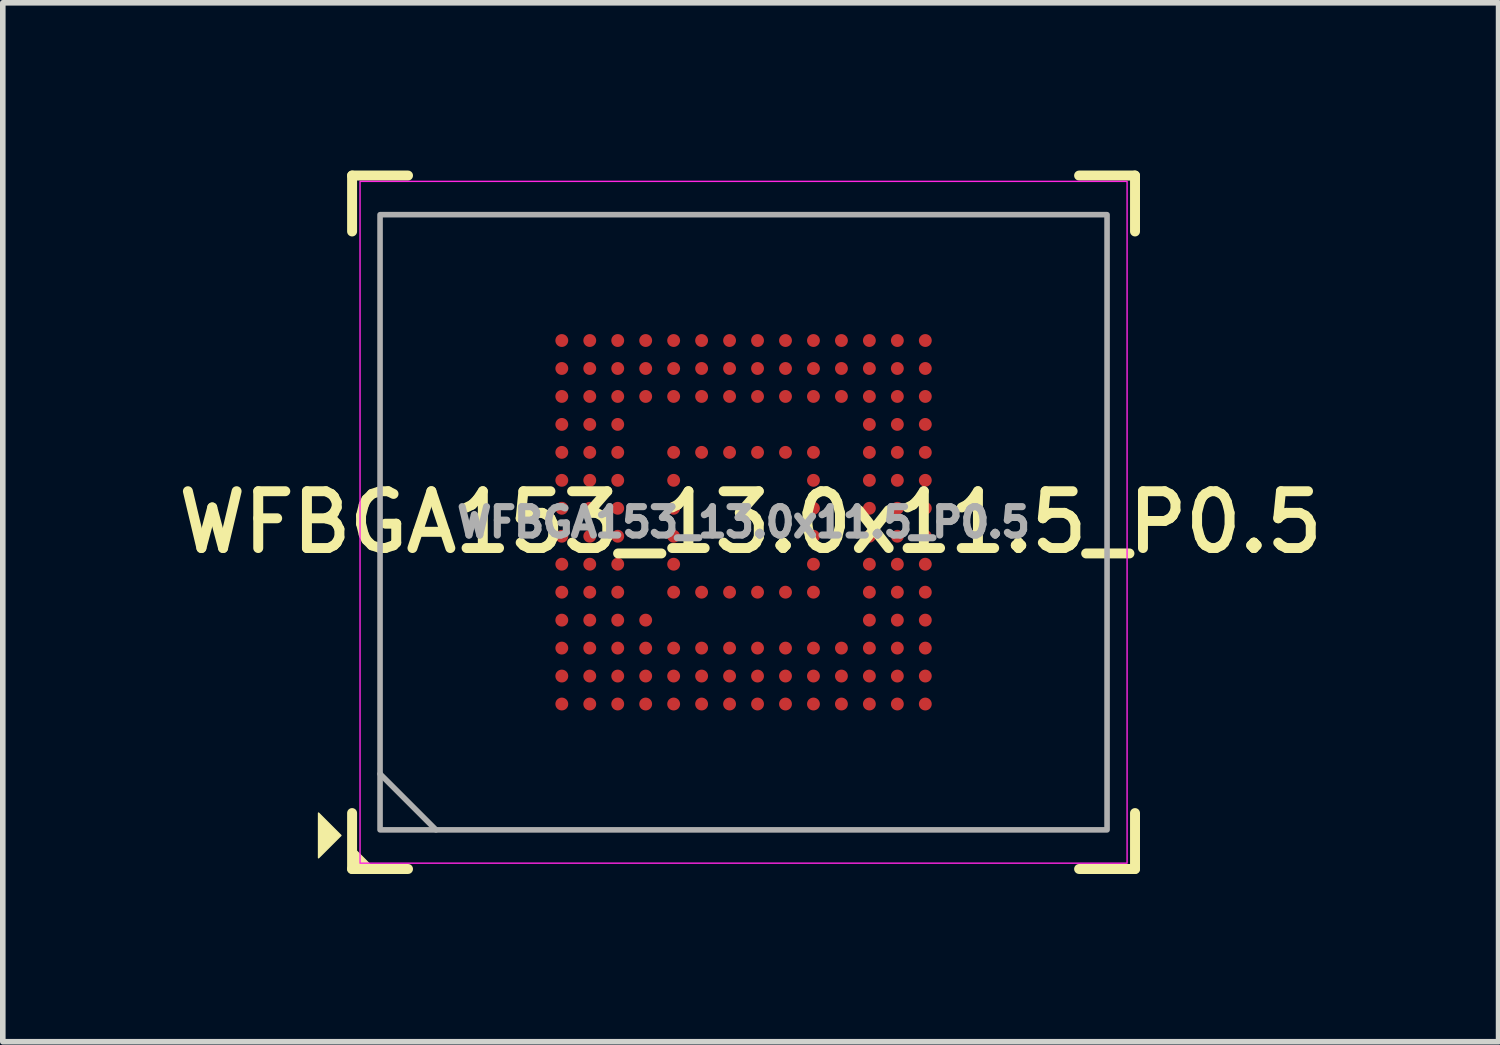
<source format=kicad_pcb>
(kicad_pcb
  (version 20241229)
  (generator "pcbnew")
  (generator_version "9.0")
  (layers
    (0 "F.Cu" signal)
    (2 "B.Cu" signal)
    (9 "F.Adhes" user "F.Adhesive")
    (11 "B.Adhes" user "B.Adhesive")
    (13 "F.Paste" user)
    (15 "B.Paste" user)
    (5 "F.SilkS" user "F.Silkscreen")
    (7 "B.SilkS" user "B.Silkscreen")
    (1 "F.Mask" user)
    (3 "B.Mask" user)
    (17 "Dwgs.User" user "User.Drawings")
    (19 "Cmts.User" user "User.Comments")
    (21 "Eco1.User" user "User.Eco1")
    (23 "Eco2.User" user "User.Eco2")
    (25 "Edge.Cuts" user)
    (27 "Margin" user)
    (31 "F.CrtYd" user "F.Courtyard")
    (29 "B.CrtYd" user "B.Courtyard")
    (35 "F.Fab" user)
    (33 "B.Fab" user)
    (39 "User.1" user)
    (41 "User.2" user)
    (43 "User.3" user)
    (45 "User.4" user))
  (footprint "WFBGA153_13.0x11.5_P0.5"
    (layer "F.Cu")
    (at 10.246 6.289)
    (property "Reference" "WFBGA153_13.0x11.5_P0.5" (at 0.127 0 0) (layer "F.SilkS") (effects (font (size 1.016 1.016) (thickness 0.178))))
    (attr smd)
    (fp_line (start -7 -5.2) (end -7 -6.2) (stroke (width 0.178) (type solid)) (layer "F.SilkS"))
    (fp_line (start -7 5.2) (end -7 6.2) (stroke (width 0.178) (type solid)) (layer "F.SilkS"))
    (fp_line (start -6 -6.2) (end -7 -6.2) (stroke (width 0.178) (type solid)) (layer "F.SilkS"))
    (fp_line (start -6 6.2) (end -7 6.2) (stroke (width 0.178) (type solid)) (layer "F.SilkS"))
    (fp_line (start 6 -6.2) (end 7 -6.2) (stroke (width 0.178) (type solid)) (layer "F.SilkS"))
    (fp_line (start 6 6.2) (end 7 6.2) (stroke (width 0.178) (type solid)) (layer "F.SilkS"))
    (fp_line (start 7 -5.2) (end 7 -6.2) (stroke (width 0.178) (type solid)) (layer "F.SilkS"))
    (fp_line (start 7 5.2) (end 7 6.2) (stroke (width 0.178) (type solid)) (layer "F.SilkS"))
    (fp_poly (pts (xy -7.2 5.6) (xy -7.6 5.2) (xy -7.6 6)) (stroke (width 0.025) (type solid)) (fill yes) (layer "F.SilkS"))
    (fp_poly (pts (xy -7 6.2) (xy -7 5.8) (xy -6.6 6.2)) (stroke (width 0.025) (type solid)) (fill yes) (layer "F.SilkS"))
    (fp_rect (start -6.858 -6.096) (end 6.858 6.096) (stroke (width 0.025) (type solid)) (fill no) (layer "F.CrtYd"))
    (fp_line (start -5.5 5.5) (end -6.5 4.5) (stroke (width 0.1) (type solid)) (layer "F.Fab"))
    (fp_rect (start -6.5 -5.5) (end 6.5 5.5) (stroke (width 0.1) (type solid)) (fill no) (layer "F.Fab"))
    (fp_text user "${REFERENCE}" (at 0 0 0) (layer "F.Fab") (effects (font (size 0.508 0.508) (thickness 0.127))))
    (pad "A1" smd circle (at -3.25 3.25) (size 0.23 0.23) (layers "F.Cu" "F.Mask" "F.Paste"))
    (pad "A2" smd circle (at -3.25 2.75) (size 0.23 0.23) (layers "F.Cu" "F.Mask" "F.Paste"))
    (pad "A3" smd circle (at -3.25 2.25) (size 0.23 0.23) (layers "F.Cu" "F.Mask" "F.Paste"))
    (pad "A4" smd circle (at -3.25 1.75) (size 0.23 0.23) (layers "F.Cu" "F.Mask" "F.Paste"))
    (pad "A5" smd circle (at -3.25 1.25) (size 0.23 0.23) (layers "F.Cu" "F.Mask" "F.Paste"))
    (pad "A6" smd circle (at -3.25 0.75) (size 0.23 0.23) (layers "F.Cu" "F.Mask" "F.Paste"))
    (pad "A7" smd circle (at -3.25 0.25) (size 0.23 0.23) (layers "F.Cu" "F.Mask" "F.Paste"))
    (pad "A8" smd circle (at -3.25 -0.25) (size 0.23 0.23) (layers "F.Cu" "F.Mask" "F.Paste"))
    (pad "A9" smd circle (at -3.25 -0.75) (size 0.23 0.23) (layers "F.Cu" "F.Mask" "F.Paste"))
    (pad "A10" smd circle (at -3.25 -1.25) (size 0.23 0.23) (layers "F.Cu" "F.Mask" "F.Paste"))
    (pad "A11" smd circle (at -3.25 -1.75) (size 0.23 0.23) (layers "F.Cu" "F.Mask" "F.Paste"))
    (pad "A12" smd circle (at -3.25 -2.25) (size 0.23 0.23) (layers "F.Cu" "F.Mask" "F.Paste"))
    (pad "A13" smd circle (at -3.25 -2.75) (size 0.23 0.23) (layers "F.Cu" "F.Mask" "F.Paste"))
    (pad "A14" smd circle (at -3.25 -3.25) (size 0.23 0.23) (layers "F.Cu" "F.Mask" "F.Paste"))
    (pad "B1" smd circle (at -2.75 3.25) (size 0.23 0.23) (layers "F.Cu" "F.Mask" "F.Paste"))
    (pad "B2" smd circle (at -2.75 2.75) (size 0.23 0.23) (layers "F.Cu" "F.Mask" "F.Paste"))
    (pad "B3" smd circle (at -2.75 2.25) (size 0.23 0.23) (layers "F.Cu" "F.Mask" "F.Paste"))
    (pad "B4" smd circle (at -2.75 1.75) (size 0.23 0.23) (layers "F.Cu" "F.Mask" "F.Paste"))
    (pad "B5" smd circle (at -2.75 1.25) (size 0.23 0.23) (layers "F.Cu" "F.Mask" "F.Paste"))
    (pad "B6" smd circle (at -2.75 0.75) (size 0.23 0.23) (layers "F.Cu" "F.Mask" "F.Paste"))
    (pad "B7" smd circle (at -2.75 0.25) (size 0.23 0.23) (layers "F.Cu" "F.Mask" "F.Paste"))
    (pad "B8" smd circle (at -2.75 -0.25) (size 0.23 0.23) (layers "F.Cu" "F.Mask" "F.Paste"))
    (pad "B9" smd circle (at -2.75 -0.75) (size 0.23 0.23) (layers "F.Cu" "F.Mask" "F.Paste"))
    (pad "B10" smd circle (at -2.75 -1.25) (size 0.23 0.23) (layers "F.Cu" "F.Mask" "F.Paste"))
    (pad "B11" smd circle (at -2.75 -1.75) (size 0.23 0.23) (layers "F.Cu" "F.Mask" "F.Paste"))
    (pad "B12" smd circle (at -2.75 -2.25) (size 0.23 0.23) (layers "F.Cu" "F.Mask" "F.Paste"))
    (pad "B13" smd circle (at -2.75 -2.75) (size 0.23 0.23) (layers "F.Cu" "F.Mask" "F.Paste"))
    (pad "B14" smd circle (at -2.75 -3.25) (size 0.23 0.23) (layers "F.Cu" "F.Mask" "F.Paste"))
    (pad "C1" smd circle (at -2.25 3.25) (size 0.23 0.23) (layers "F.Cu" "F.Mask" "F.Paste"))
    (pad "C2" smd circle (at -2.25 2.75) (size 0.23 0.23) (layers "F.Cu" "F.Mask" "F.Paste"))
    (pad "C3" smd circle (at -2.25 2.25) (size 0.23 0.23) (layers "F.Cu" "F.Mask" "F.Paste"))
    (pad "C4" smd circle (at -2.25 1.75) (size 0.23 0.23) (layers "F.Cu" "F.Mask" "F.Paste"))
    (pad "C5" smd circle (at -2.25 1.25) (size 0.23 0.23) (layers "F.Cu" "F.Mask" "F.Paste"))
    (pad "C6" smd circle (at -2.25 0.75) (size 0.23 0.23) (layers "F.Cu" "F.Mask" "F.Paste"))
    (pad "C7" smd circle (at -2.25 0.25) (size 0.23 0.23) (layers "F.Cu" "F.Mask" "F.Paste"))
    (pad "C8" smd circle (at -2.25 -0.25) (size 0.23 0.23) (layers "F.Cu" "F.Mask" "F.Paste"))
    (pad "C9" smd circle (at -2.25 -0.75) (size 0.23 0.23) (layers "F.Cu" "F.Mask" "F.Paste"))
    (pad "C10" smd circle (at -2.25 -1.25) (size 0.23 0.23) (layers "F.Cu" "F.Mask" "F.Paste"))
    (pad "C11" smd circle (at -2.25 -1.75) (size 0.23 0.23) (layers "F.Cu" "F.Mask" "F.Paste"))
    (pad "C12" smd circle (at -2.25 -2.25) (size 0.23 0.23) (layers "F.Cu" "F.Mask" "F.Paste"))
    (pad "C13" smd circle (at -2.25 -2.75) (size 0.23 0.23) (layers "F.Cu" "F.Mask" "F.Paste"))
    (pad "C14" smd circle (at -2.25 -3.25) (size 0.23 0.23) (layers "F.Cu" "F.Mask" "F.Paste"))
    (pad "D1" smd circle (at -1.75 3.25) (size 0.23 0.23) (layers "F.Cu" "F.Mask" "F.Paste"))
    (pad "D2" smd circle (at -1.75 2.75) (size 0.23 0.23) (layers "F.Cu" "F.Mask" "F.Paste"))
    (pad "D3" smd circle (at -1.75 2.25) (size 0.23 0.23) (layers "F.Cu" "F.Mask" "F.Paste"))
    (pad "D4" smd circle (at -1.75 1.75) (size 0.23 0.23) (layers "F.Cu" "F.Mask" "F.Paste"))
    (pad "D12" smd circle (at -1.75 -2.25) (size 0.23 0.23) (layers "F.Cu" "F.Mask" "F.Paste"))
    (pad "D13" smd circle (at -1.75 -2.75) (size 0.23 0.23) (layers "F.Cu" "F.Mask" "F.Paste"))
    (pad "D14" smd circle (at -1.75 -3.25) (size 0.23 0.23) (layers "F.Cu" "F.Mask" "F.Paste"))
    (pad "E1" smd circle (at -1.25 3.25) (size 0.23 0.23) (layers "F.Cu" "F.Mask" "F.Paste"))
    (pad "E2" smd circle (at -1.25 2.75) (size 0.23 0.23) (layers "F.Cu" "F.Mask" "F.Paste"))
    (pad "E3" smd circle (at -1.25 2.25) (size 0.23 0.23) (layers "F.Cu" "F.Mask" "F.Paste"))
    (pad "E5" smd circle (at -1.25 1.25) (size 0.23 0.23) (layers "F.Cu" "F.Mask" "F.Paste"))
    (pad "E6" smd circle (at -1.25 0.75) (size 0.23 0.23) (layers "F.Cu" "F.Mask" "F.Paste"))
    (pad "E7" smd circle (at -1.25 0.25) (size 0.23 0.23) (layers "F.Cu" "F.Mask" "F.Paste"))
    (pad "E8" smd circle (at -1.25 -0.25) (size 0.23 0.23) (layers "F.Cu" "F.Mask" "F.Paste"))
    (pad "E9" smd circle (at -1.25 -0.75) (size 0.23 0.23) (layers "F.Cu" "F.Mask" "F.Paste"))
    (pad "E10" smd circle (at -1.25 -1.25) (size 0.23 0.23) (layers "F.Cu" "F.Mask" "F.Paste"))
    (pad "E12" smd circle (at -1.25 -2.25) (size 0.23 0.23) (layers "F.Cu" "F.Mask" "F.Paste"))
    (pad "E13" smd circle (at -1.25 -2.75) (size 0.23 0.23) (layers "F.Cu" "F.Mask" "F.Paste"))
    (pad "E14" smd circle (at -1.25 -3.25) (size 0.23 0.23) (layers "F.Cu" "F.Mask" "F.Paste"))
    (pad "F1" smd circle (at -0.75 3.25) (size 0.23 0.23) (layers "F.Cu" "F.Mask" "F.Paste"))
    (pad "F2" smd circle (at -0.75 2.75) (size 0.23 0.23) (layers "F.Cu" "F.Mask" "F.Paste"))
    (pad "F3" smd circle (at -0.75 2.25) (size 0.23 0.23) (layers "F.Cu" "F.Mask" "F.Paste"))
    (pad "F5" smd circle (at -0.75 1.25) (size 0.23 0.23) (layers "F.Cu" "F.Mask" "F.Paste"))
    (pad "F10" smd circle (at -0.75 -1.25) (size 0.23 0.23) (layers "F.Cu" "F.Mask" "F.Paste"))
    (pad "F12" smd circle (at -0.75 -2.25) (size 0.23 0.23) (layers "F.Cu" "F.Mask" "F.Paste"))
    (pad "F13" smd circle (at -0.75 -2.75) (size 0.23 0.23) (layers "F.Cu" "F.Mask" "F.Paste"))
    (pad "F14" smd circle (at -0.75 -3.25) (size 0.23 0.23) (layers "F.Cu" "F.Mask" "F.Paste"))
    (pad "G1" smd circle (at -0.25 3.25) (size 0.23 0.23) (layers "F.Cu" "F.Mask" "F.Paste"))
    (pad "G2" smd circle (at -0.25 2.75) (size 0.23 0.23) (layers "F.Cu" "F.Mask" "F.Paste"))
    (pad "G3" smd circle (at -0.25 2.25) (size 0.23 0.23) (layers "F.Cu" "F.Mask" "F.Paste"))
    (pad "G5" smd circle (at -0.25 1.25) (size 0.23 0.23) (layers "F.Cu" "F.Mask" "F.Paste"))
    (pad "G10" smd circle (at -0.25 -1.25) (size 0.23 0.23) (layers "F.Cu" "F.Mask" "F.Paste"))
    (pad "G12" smd circle (at -0.25 -2.25) (size 0.23 0.23) (layers "F.Cu" "F.Mask" "F.Paste"))
    (pad "G13" smd circle (at -0.25 -2.75) (size 0.23 0.23) (layers "F.Cu" "F.Mask" "F.Paste"))
    (pad "G14" smd circle (at -0.25 -3.25) (size 0.23 0.23) (layers "F.Cu" "F.Mask" "F.Paste"))
    (pad "H1" smd circle (at 0.25 3.25) (size 0.23 0.23) (layers "F.Cu" "F.Mask" "F.Paste"))
    (pad "H2" smd circle (at 0.25 2.75) (size 0.23 0.23) (layers "F.Cu" "F.Mask" "F.Paste"))
    (pad "H3" smd circle (at 0.25 2.25) (size 0.23 0.23) (layers "F.Cu" "F.Mask" "F.Paste"))
    (pad "H5" smd circle (at 0.25 1.25) (size 0.23 0.23) (layers "F.Cu" "F.Mask" "F.Paste"))
    (pad "H10" smd circle (at 0.25 -1.25) (size 0.23 0.23) (layers "F.Cu" "F.Mask" "F.Paste"))
    (pad "H12" smd circle (at 0.25 -2.25) (size 0.23 0.23) (layers "F.Cu" "F.Mask" "F.Paste"))
    (pad "H13" smd circle (at 0.25 -2.75) (size 0.23 0.23) (layers "F.Cu" "F.Mask" "F.Paste"))
    (pad "H14" smd circle (at 0.25 -3.25) (size 0.23 0.23) (layers "F.Cu" "F.Mask" "F.Paste"))
    (pad "J1" smd circle (at 0.75 3.25) (size 0.23 0.23) (layers "F.Cu" "F.Mask" "F.Paste"))
    (pad "J2" smd circle (at 0.75 2.75) (size 0.23 0.23) (layers "F.Cu" "F.Mask" "F.Paste"))
    (pad "J3" smd circle (at 0.75 2.25) (size 0.23 0.23) (layers "F.Cu" "F.Mask" "F.Paste"))
    (pad "J5" smd circle (at 0.75 1.25) (size 0.23 0.23) (layers "F.Cu" "F.Mask" "F.Paste"))
    (pad "J10" smd circle (at 0.75 -1.25) (size 0.23 0.23) (layers "F.Cu" "F.Mask" "F.Paste"))
    (pad "J12" smd circle (at 0.75 -2.25) (size 0.23 0.23) (layers "F.Cu" "F.Mask" "F.Paste"))
    (pad "J13" smd circle (at 0.75 -2.75) (size 0.23 0.23) (layers "F.Cu" "F.Mask" "F.Paste"))
    (pad "J14" smd circle (at 0.75 -3.25) (size 0.23 0.23) (layers "F.Cu" "F.Mask" "F.Paste"))
    (pad "K1" smd circle (at 1.25 3.25) (size 0.23 0.23) (layers "F.Cu" "F.Mask" "F.Paste"))
    (pad "K2" smd circle (at 1.25 2.75) (size 0.23 0.23) (layers "F.Cu" "F.Mask" "F.Paste"))
    (pad "K3" smd circle (at 1.25 2.25) (size 0.23 0.23) (layers "F.Cu" "F.Mask" "F.Paste"))
    (pad "K5" smd circle (at 1.25 1.25) (size 0.23 0.23) (layers "F.Cu" "F.Mask" "F.Paste"))
    (pad "K6" smd circle (at 1.25 0.75) (size 0.23 0.23) (layers "F.Cu" "F.Mask" "F.Paste"))
    (pad "K7" smd circle (at 1.25 0.25) (size 0.23 0.23) (layers "F.Cu" "F.Mask" "F.Paste"))
    (pad "K8" smd circle (at 1.25 -0.25) (size 0.23 0.23) (layers "F.Cu" "F.Mask" "F.Paste"))
    (pad "K9" smd circle (at 1.25 -0.75) (size 0.23 0.23) (layers "F.Cu" "F.Mask" "F.Paste"))
    (pad "K10" smd circle (at 1.25 -1.25) (size 0.23 0.23) (layers "F.Cu" "F.Mask" "F.Paste"))
    (pad "K12" smd circle (at 1.25 -2.25) (size 0.23 0.23) (layers "F.Cu" "F.Mask" "F.Paste"))
    (pad "K13" smd circle (at 1.25 -2.75) (size 0.23 0.23) (layers "F.Cu" "F.Mask" "F.Paste"))
    (pad "K14" smd circle (at 1.25 -3.25) (size 0.23 0.23) (layers "F.Cu" "F.Mask" "F.Paste"))
    (pad "L1" smd circle (at 1.75 3.25) (size 0.23 0.23) (layers "F.Cu" "F.Mask" "F.Paste"))
    (pad "L2" smd circle (at 1.75 2.75) (size 0.23 0.23) (layers "F.Cu" "F.Mask" "F.Paste"))
    (pad "L3" smd circle (at 1.75 2.25) (size 0.23 0.23) (layers "F.Cu" "F.Mask" "F.Paste"))
    (pad "L12" smd circle (at 1.75 -2.25) (size 0.23 0.23) (layers "F.Cu" "F.Mask" "F.Paste"))
    (pad "L13" smd circle (at 1.75 -2.75) (size 0.23 0.23) (layers "F.Cu" "F.Mask" "F.Paste"))
    (pad "L14" smd circle (at 1.75 -3.25) (size 0.23 0.23) (layers "F.Cu" "F.Mask" "F.Paste"))
    (pad "M1" smd circle (at 2.25 3.25) (size 0.23 0.23) (layers "F.Cu" "F.Mask" "F.Paste"))
    (pad "M2" smd circle (at 2.25 2.75) (size 0.23 0.23) (layers "F.Cu" "F.Mask" "F.Paste"))
    (pad "M3" smd circle (at 2.25 2.25) (size 0.23 0.23) (layers "F.Cu" "F.Mask" "F.Paste"))
    (pad "M4" smd circle (at 2.25 1.75) (size 0.23 0.23) (layers "F.Cu" "F.Mask" "F.Paste"))
    (pad "M5" smd circle (at 2.25 1.25) (size 0.23 0.23) (layers "F.Cu" "F.Mask" "F.Paste"))
    (pad "M6" smd circle (at 2.25 0.75) (size 0.23 0.23) (layers "F.Cu" "F.Mask" "F.Paste"))
    (pad "M7" smd circle (at 2.25 0.25) (size 0.23 0.23) (layers "F.Cu" "F.Mask" "F.Paste"))
    (pad "M8" smd circle (at 2.25 -0.25) (size 0.23 0.23) (layers "F.Cu" "F.Mask" "F.Paste"))
    (pad "M9" smd circle (at 2.25 -0.75) (size 0.23 0.23) (layers "F.Cu" "F.Mask" "F.Paste"))
    (pad "M10" smd circle (at 2.25 -1.25) (size 0.23 0.23) (layers "F.Cu" "F.Mask" "F.Paste"))
    (pad "M11" smd circle (at 2.25 -1.75) (size 0.23 0.23) (layers "F.Cu" "F.Mask" "F.Paste"))
    (pad "M12" smd circle (at 2.25 -2.25) (size 0.23 0.23) (layers "F.Cu" "F.Mask" "F.Paste"))
    (pad "M13" smd circle (at 2.25 -2.75) (size 0.23 0.23) (layers "F.Cu" "F.Mask" "F.Paste"))
    (pad "M14" smd circle (at 2.25 -3.25) (size 0.23 0.23) (layers "F.Cu" "F.Mask" "F.Paste"))
    (pad "N1" smd circle (at 2.75 3.25) (size 0.23 0.23) (layers "F.Cu" "F.Mask" "F.Paste"))
    (pad "N2" smd circle (at 2.75 2.75) (size 0.23 0.23) (layers "F.Cu" "F.Mask" "F.Paste"))
    (pad "N3" smd circle (at 2.75 2.25) (size 0.23 0.23) (layers "F.Cu" "F.Mask" "F.Paste"))
    (pad "N4" smd circle (at 2.75 1.75) (size 0.23 0.23) (layers "F.Cu" "F.Mask" "F.Paste"))
    (pad "N5" smd circle (at 2.75 1.25) (size 0.23 0.23) (layers "F.Cu" "F.Mask" "F.Paste"))
    (pad "N6" smd circle (at 2.75 0.75) (size 0.23 0.23) (layers "F.Cu" "F.Mask" "F.Paste"))
    (pad "N7" smd circle (at 2.75 0.25) (size 0.23 0.23) (layers "F.Cu" "F.Mask" "F.Paste"))
    (pad "N8" smd circle (at 2.75 -0.25) (size 0.23 0.23) (layers "F.Cu" "F.Mask" "F.Paste"))
    (pad "N9" smd circle (at 2.75 -0.75) (size 0.23 0.23) (layers "F.Cu" "F.Mask" "F.Paste"))
    (pad "N10" smd circle (at 2.75 -1.25) (size 0.23 0.23) (layers "F.Cu" "F.Mask" "F.Paste"))
    (pad "N11" smd circle (at 2.75 -1.75) (size 0.23 0.23) (layers "F.Cu" "F.Mask" "F.Paste"))
    (pad "N12" smd circle (at 2.75 -2.25) (size 0.23 0.23) (layers "F.Cu" "F.Mask" "F.Paste"))
    (pad "N13" smd circle (at 2.75 -2.75) (size 0.23 0.23) (layers "F.Cu" "F.Mask" "F.Paste"))
    (pad "N14" smd circle (at 2.75 -3.25) (size 0.23 0.23) (layers "F.Cu" "F.Mask" "F.Paste"))
    (pad "P1" smd circle (at 3.25 3.25) (size 0.23 0.23) (layers "F.Cu" "F.Mask" "F.Paste"))
    (pad "P2" smd circle (at 3.25 2.75) (size 0.23 0.23) (layers "F.Cu" "F.Mask" "F.Paste"))
    (pad "P3" smd circle (at 3.25 2.25) (size 0.23 0.23) (layers "F.Cu" "F.Mask" "F.Paste"))
    (pad "P4" smd circle (at 3.25 1.75) (size 0.23 0.23) (layers "F.Cu" "F.Mask" "F.Paste"))
    (pad "P5" smd circle (at 3.25 1.25) (size 0.23 0.23) (layers "F.Cu" "F.Mask" "F.Paste"))
    (pad "P6" smd circle (at 3.25 0.75) (size 0.23 0.23) (layers "F.Cu" "F.Mask" "F.Paste"))
    (pad "P7" smd circle (at 3.25 0.25) (size 0.23 0.23) (layers "F.Cu" "F.Mask" "F.Paste"))
    (pad "P8" smd circle (at 3.25 -0.25) (size 0.23 0.23) (layers "F.Cu" "F.Mask" "F.Paste"))
    (pad "P9" smd circle (at 3.25 -0.75) (size 0.23 0.23) (layers "F.Cu" "F.Mask" "F.Paste"))
    (pad "P10" smd circle (at 3.25 -1.25) (size 0.23 0.23) (layers "F.Cu" "F.Mask" "F.Paste"))
    (pad "P11" smd circle (at 3.25 -1.75) (size 0.23 0.23) (layers "F.Cu" "F.Mask" "F.Paste"))
    (pad "P12" smd circle (at 3.25 -2.25) (size 0.23 0.23) (layers "F.Cu" "F.Mask" "F.Paste"))
    (pad "P13" smd circle (at 3.25 -2.75) (size 0.23 0.23) (layers "F.Cu" "F.Mask" "F.Paste"))
    (pad "P14" smd circle (at 3.25 -3.25) (size 0.23 0.23) (layers "F.Cu" "F.Mask" "F.Paste")))
  (gr_rect
    (start -3 -3)
    (end 23.747 15.578)
    (stroke (width 0.1) (type default))
    (fill no)
    (layer "Edge.Cuts")))
</source>
